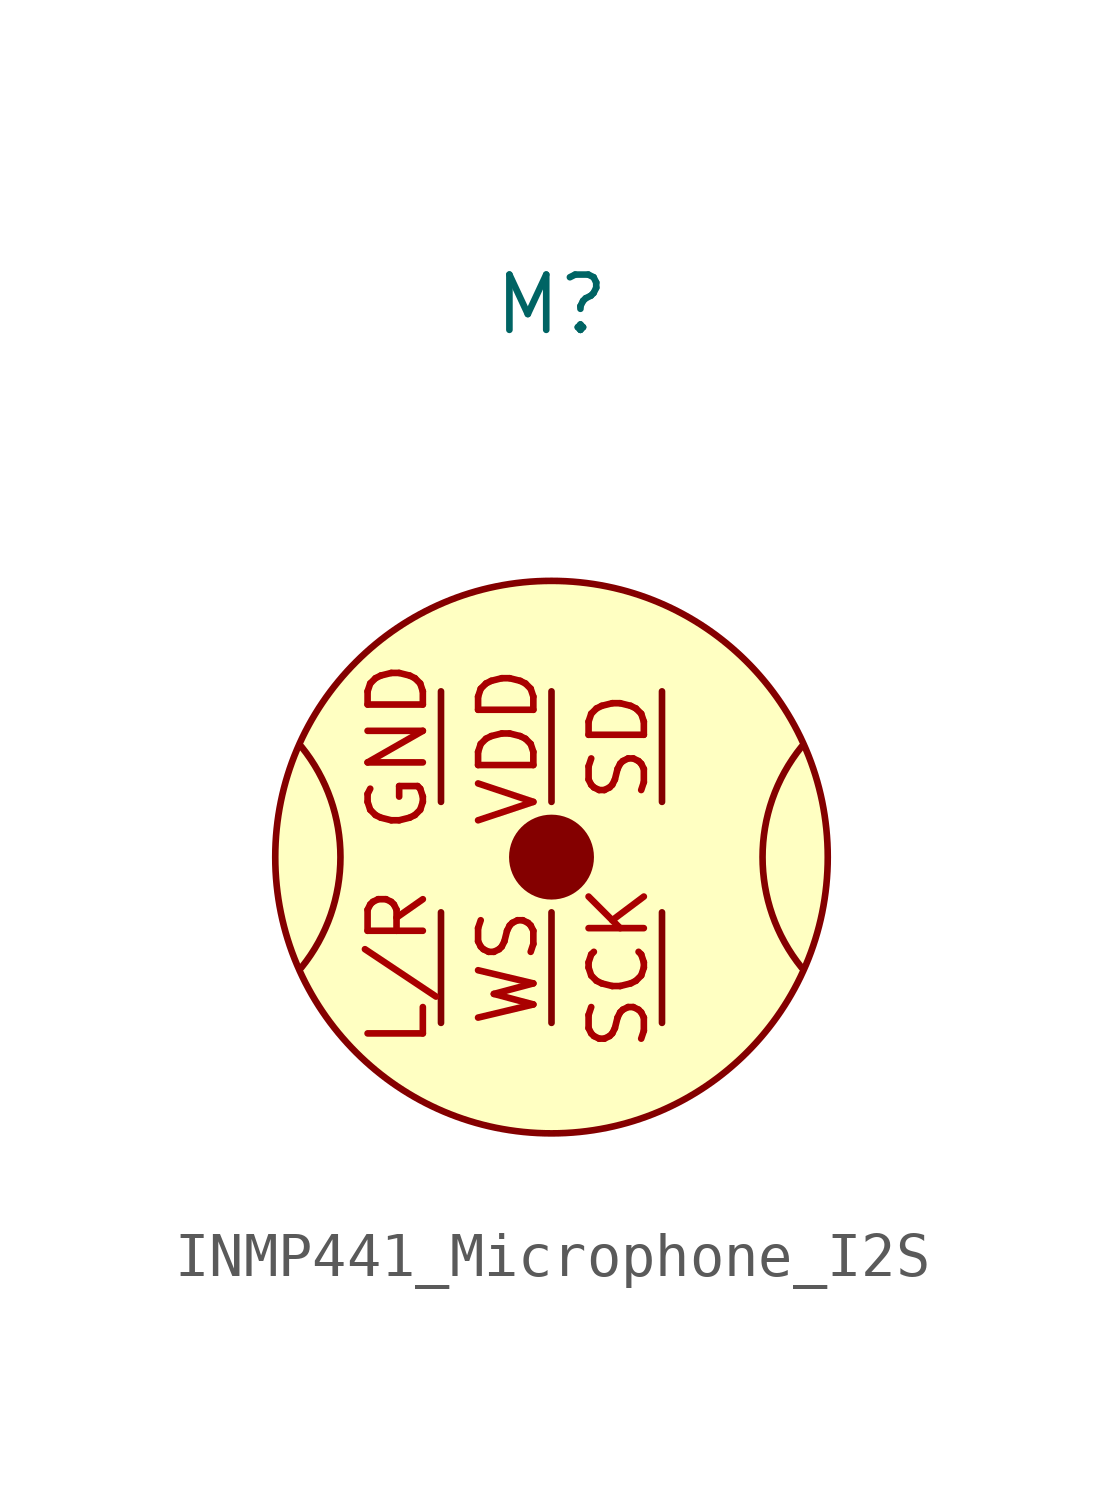
<source format=kicad_sym>
(kicad_symbol_lib
  (version 20231120)
  (generator "kicad_symbol_editor")
  (generator_version "8.0")
  (symbol "INMP441_Microphone_I2S"
    (property "Reference" "M"
      (at 0 12.7 0)
      (effects (font (size 1.27 1.27))))
    (property "Value" ""
      (at 0 0 0)
      (effects (font (size 1.27 1.27))))
    (symbol "INMP441_Microphone_I2S_1_1"
      (arc (start -5.75 -2.54) (mid -4.8513 0) (end -5.75 2.54) (stroke (width 0) (type default)) (fill (type none)))
      (circle (center 0 0) (radius 0.9) (stroke (width 0) (type default)) (fill (type outline)))
      (circle (center 0 0) (radius 6.35) (stroke (width 0) (type default)) (fill (type background)))
      (arc (start 5.75 2.54) (mid 4.8513 0) (end 5.75 -2.54) (stroke (width 0) (type default)) (fill (type none)))
      (pin power_in line (at 2.54 -3.81 90) (length 2.54) (name "" (effects (font (size 1.27 1.27)))) (number "SCK" (effects (font (size 1.27 1.27)))))
      (pin input line (at 2.54 3.81 270) (length 2.54) (name "" (effects (font (size 1.27 1.27)))) (number "SD" (effects (font (size 1.27 1.27)))))
      (pin bidirectional line (at -2.54 3.81 270) (length 2.54) (name "" (effects (font (size 1.27 1.27)))) (number "GND" (effects (font (size 1.27 1.27)))))
      (pin bidirectional line (at -2.54 -3.81 90) (length 2.54) (name "" (effects (font (size 1.27 1.27)))) (number "L/R" (effects (font (size 1.27 1.27)))))
      (pin power_in line (at 0 -3.81 90) (length 2.54) (name "" (effects (font (size 1.27 1.27)))) (number "WS" (effects (font (size 1.27 1.27)))))
      (pin bidirectional line (at 0 3.81 270) (length 2.54) (name "" (effects (font (size 1.27 1.27)))) (number "VDD" (effects (font (size 1.27 1.27))))))))
</source>
